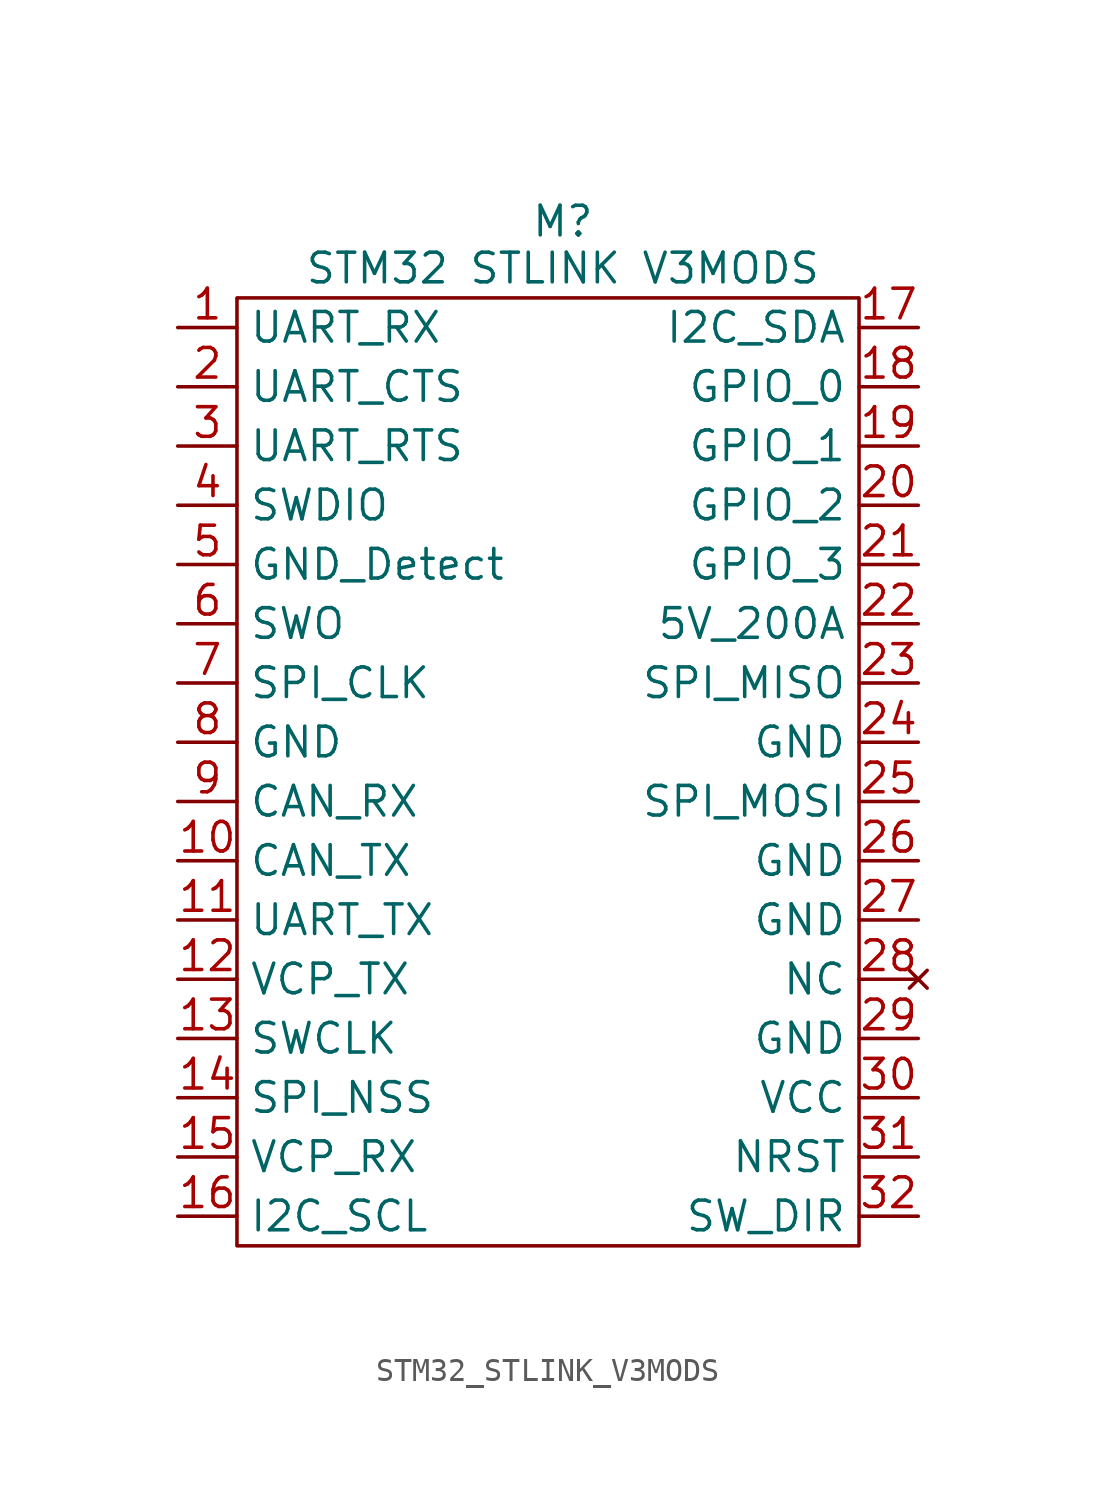
<source format=kicad_sym>
(kicad_symbol_lib
  (version 20220914)
  (generator kicad_symbol_editor)
  (symbol "STM32_STLINK_V3MODS"
    (property "Reference" "M"
      (at 16.51 3.81 0)
      (effects (font (size 1.27 1.27)) (justify bottom)))
    (property "Value" "STM32 STLINK V3MODS"
      (at 16.51 2.54 0)
      (effects (font (size 1.27 1.27))))
    (symbol "STM32_STLINK_V3MODS_0_0"
      (pin input line (at 0 0 0) (length 2.54) (name "UART_RX" (effects (font (size 1.27 1.27)))) (number "1" (effects (font (size 1.27 1.27)))))
      (pin output line (at 0 -22.86 0) (length 2.54) (name "CAN_TX" (effects (font (size 1.27 1.27)))) (number "10" (effects (font (size 1.27 1.27)))))
      (pin output line (at 0 -25.4 0) (length 2.54) (name "UART_TX" (effects (font (size 1.27 1.27)))) (number "11" (effects (font (size 1.27 1.27)))))
      (pin input line (at 0 -27.94 0) (length 2.54) (name "VCP_TX" (effects (font (size 1.27 1.27)))) (number "12" (effects (font (size 1.27 1.27)))))
      (pin output line (at 0 -30.48 0) (length 2.54) (name "SWCLK" (effects (font (size 1.27 1.27)))) (number "13" (effects (font (size 1.27 1.27)))))
      (pin bidirectional line (at 0 -33.02 0) (length 2.54) (name "SPI_NSS" (effects (font (size 1.27 1.27)))) (number "14" (effects (font (size 1.27 1.27)))))
      (pin output line (at 0 -35.56 0) (length 2.54) (name "VCP_RX" (effects (font (size 1.27 1.27)))) (number "15" (effects (font (size 1.27 1.27)))))
      (pin output line (at 0 -38.1 0) (length 2.54) (name "I2C_SCL" (effects (font (size 1.27 1.27)))) (number "16" (effects (font (size 1.27 1.27)))))
      (pin bidirectional line (at 31.75 0 180) (length 2.54) (name "I2C_SDA" (effects (font (size 1.27 1.27)))) (number "17" (effects (font (size 1.27 1.27)))))
      (pin bidirectional line (at 31.75 -2.54 180) (length 2.54) (name "GPIO_0" (effects (font (size 1.27 1.27)))) (number "18" (effects (font (size 1.27 1.27)))))
      (pin bidirectional line (at 31.75 -5.08 180) (length 2.54) (name "GPIO_1" (effects (font (size 1.27 1.27)))) (number "19" (effects (font (size 1.27 1.27)))))
      (pin input line (at 0 -2.54 0) (length 2.54) (name "UART_CTS" (effects (font (size 1.27 1.27)))) (number "2" (effects (font (size 1.27 1.27)))))
      (pin bidirectional line (at 31.75 -7.62 180) (length 2.54) (name "GPIO_2" (effects (font (size 1.27 1.27)))) (number "20" (effects (font (size 1.27 1.27)))))
      (pin bidirectional line (at 31.75 -10.16 180) (length 2.54) (name "GPIO_3" (effects (font (size 1.27 1.27)))) (number "21" (effects (font (size 1.27 1.27)))))
      (pin power_out line (at 31.75 -12.7 180) (length 2.54) (name "5V_200A" (effects (font (size 1.27 1.27)))) (number "22" (effects (font (size 1.27 1.27)))))
      (pin bidirectional line (at 31.75 -15.24 180) (length 2.54) (name "SPI_MISO" (effects (font (size 1.27 1.27)))) (number "23" (effects (font (size 1.27 1.27)))))
      (pin passive line (at 31.75 -17.78 180) (length 2.54) (name "GND" (effects (font (size 1.27 1.27)))) (number "24" (effects (font (size 1.27 1.27)))))
      (pin bidirectional line (at 31.75 -20.32 180) (length 2.54) (name "SPI_MOSI" (effects (font (size 1.27 1.27)))) (number "25" (effects (font (size 1.27 1.27)))))
      (pin passive line (at 31.75 -22.86 180) (length 2.54) (name "GND" (effects (font (size 1.27 1.27)))) (number "26" (effects (font (size 1.27 1.27)))))
      (pin passive line (at 31.75 -25.4 180) (length 2.54) (name "GND" (effects (font (size 1.27 1.27)))) (number "27" (effects (font (size 1.27 1.27)))))
      (pin no_connect line (at 31.75 -27.94 180) (length 2.54) (name "NC" (effects (font (size 1.27 1.27)))) (number "28" (effects (font (size 1.27 1.27)))))
      (pin passive line (at 31.75 -30.48 180) (length 2.54) (name "GND" (effects (font (size 1.27 1.27)))) (number "29" (effects (font (size 1.27 1.27)))))
      (pin output line (at 0 -5.08 0) (length 2.54) (name "UART_RTS" (effects (font (size 1.27 1.27)))) (number "3" (effects (font (size 1.27 1.27)))))
      (pin power_in line (at 31.75 -33.02 180) (length 2.54) (name "VCC" (effects (font (size 1.27 1.27)))) (number "30" (effects (font (size 1.27 1.27)))))
      (pin output line (at 31.75 -35.56 180) (length 2.54) (name "NRST" (effects (font (size 1.27 1.27)))) (number "31" (effects (font (size 1.27 1.27)))))
      (pin output line (at 31.75 -38.1 180) (length 2.54) (name "SW_DIR" (effects (font (size 1.27 1.27)))) (number "32" (effects (font (size 1.27 1.27)))))
      (pin bidirectional line (at 0 -7.62 0) (length 2.54) (name "SWDIO" (effects (font (size 1.27 1.27)))) (number "4" (effects (font (size 1.27 1.27)))))
      (pin output line (at 0 -10.16 0) (length 2.54) (name "GND_Detect" (effects (font (size 1.27 1.27)))) (number "5" (effects (font (size 1.27 1.27)))))
      (pin input line (at 0 -12.7 0) (length 2.54) (name "SWO" (effects (font (size 1.27 1.27)))) (number "6" (effects (font (size 1.27 1.27)))))
      (pin bidirectional line (at 0 -15.24 0) (length 2.54) (name "SPI_CLK" (effects (font (size 1.27 1.27)))) (number "7" (effects (font (size 1.27 1.27)))))
      (pin passive line (at 0 -17.78 0) (length 2.54) (name "GND" (effects (font (size 1.27 1.27)))) (number "8" (effects (font (size 1.27 1.27)))))
      (pin input line (at 0 -20.32 0) (length 2.54) (name "CAN_RX" (effects (font (size 1.27 1.27)))) (number "9" (effects (font (size 1.27 1.27))))))
    (symbol "STM32_STLINK_V3MODS_0_1"
      (rectangle (start 2.54 1.27) (end 29.21 -39.37) (stroke (width 0) (type default)) (fill (type none))))))
</source>
